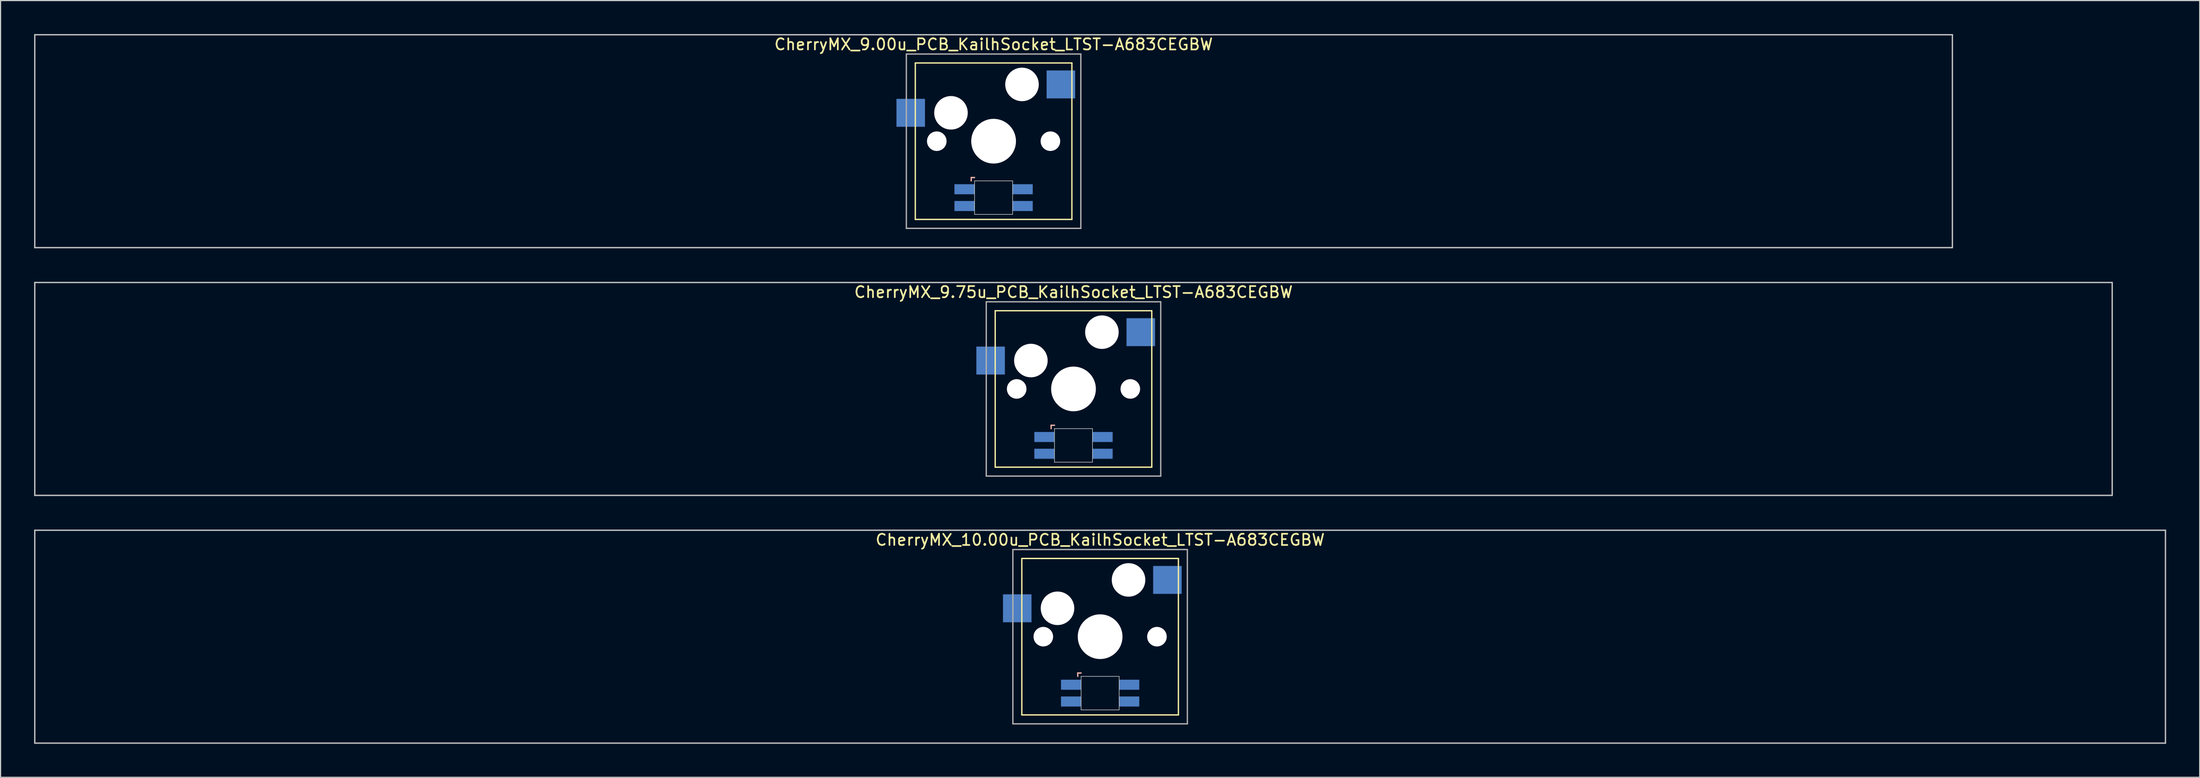
<source format=kicad_pcb>
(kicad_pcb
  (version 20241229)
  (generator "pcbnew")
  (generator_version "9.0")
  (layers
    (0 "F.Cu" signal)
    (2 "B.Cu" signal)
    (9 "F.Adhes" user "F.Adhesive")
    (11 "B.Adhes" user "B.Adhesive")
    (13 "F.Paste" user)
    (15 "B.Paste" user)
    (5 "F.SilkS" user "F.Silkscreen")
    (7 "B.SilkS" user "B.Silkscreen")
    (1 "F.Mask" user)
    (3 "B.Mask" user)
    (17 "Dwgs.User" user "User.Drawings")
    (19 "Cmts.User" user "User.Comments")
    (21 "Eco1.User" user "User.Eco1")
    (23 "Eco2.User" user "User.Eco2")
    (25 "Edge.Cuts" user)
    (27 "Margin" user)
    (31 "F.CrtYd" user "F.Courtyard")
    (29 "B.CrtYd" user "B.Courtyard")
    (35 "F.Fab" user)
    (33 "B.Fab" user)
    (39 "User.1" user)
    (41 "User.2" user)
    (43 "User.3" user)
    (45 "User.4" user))
  (footprint "CherryMX_10.00u_PCB_KailhSocket_LTST-A683CEGBW"
    (layer "F.Cu")
    (at 95.31 53.925)
    (property "Reference" "CherryMX_10.00u_PCB_KailhSocket_LTST-A683CEGBW" (at 0 -8.662 0) (layer "F.SilkS") (effects (font (size 1 1) (thickness 0.15))))
    (attr through_hole)
    (fp_line (start -7 -7) (end -7 7) (stroke (width 0.12) (type solid)) (layer "F.SilkS"))
    (fp_line (start -7 -7) (end 7 -7) (stroke (width 0.12) (type solid)) (layer "F.SilkS"))
    (fp_line (start 7 -7) (end 7 7) (stroke (width 0.12) (type solid)) (layer "F.SilkS"))
    (fp_line (start 7 7) (end -7 7) (stroke (width 0.12) (type solid)) (layer "F.SilkS"))
    (fp_line (start -2 3.25) (end -2 3.55) (stroke (width 0.12) (type solid)) (layer "B.SilkS"))
    (fp_line (start -1.7 3.25) (end -2 3.25) (stroke (width 0.12) (type solid)) (layer "B.SilkS"))
    (fp_line (start -95.25 -9.525) (end 95.25 -9.525) (stroke (width 0.12) (type solid)) (layer "Dwgs.User"))
    (fp_line (start -95.25 9.525) (end -95.25 -9.525) (stroke (width 0.12) (type solid)) (layer "Dwgs.User"))
    (fp_line (start 95.25 -9.525) (end 95.25 9.525) (stroke (width 0.12) (type solid)) (layer "Dwgs.User"))
    (fp_line (start 95.25 9.525) (end -95.25 9.525) (stroke (width 0.12) (type solid)) (layer "Dwgs.User"))
    (fp_line (start -1.7 3.55) (end 1.7 3.55) (stroke (width 0.05) (type solid)) (layer "Edge.Cuts"))
    (fp_line (start -1.7 6.55) (end -1.7 3.55) (stroke (width 0.05) (type solid)) (layer "Edge.Cuts"))
    (fp_line (start 1.7 3.55) (end 1.7 6.55) (stroke (width 0.05) (type solid)) (layer "Edge.Cuts"))
    (fp_line (start 1.7 6.55) (end -1.7 6.55) (stroke (width 0.05) (type solid)) (layer "Edge.Cuts"))
    (fp_line (start -7.8 -7.8) (end -7.8 7.8) (stroke (width 0.12) (type solid)) (layer "F.Fab"))
    (fp_line (start -7.8 -7.8) (end 7.8 -7.8) (stroke (width 0.12) (type solid)) (layer "F.Fab"))
    (fp_line (start -7.8 7.8) (end 7.8 7.8) (stroke (width 0.12) (type solid)) (layer "F.Fab"))
    (fp_line (start 7.8 -7.8) (end 7.8 7.8) (stroke (width 0.12) (type solid)) (layer "F.Fab"))
    (pad "" np_thru_hole circle (at -5.08 0) (size 1.75 1.75) (drill 1.75) (layers "*.Cu" "*.Mask"))
    (pad "" np_thru_hole circle (at -3.81 -2.54) (size 3 3) (drill 3) (layers "*.Cu" "*.Mask"))
    (pad "" np_thru_hole circle (at 0 0) (size 4 4) (drill 4) (layers "*.Cu" "*.Mask"))
    (pad "" np_thru_hole circle (at 2.54 -5.08) (size 3 3) (drill 3) (layers "*.Cu" "*.Mask"))
    (pad "" np_thru_hole circle (at 5.08 0) (size 1.75 1.75) (drill 1.75) (layers "*.Cu" "*.Mask"))
    (pad "1" smd rect (at -7.41 -2.54) (size 2.55 2.5) (layers "B.Cu" "B.Mask" "B.Paste"))
    (pad "2" smd rect (at 6.015 -5.08) (size 2.55 2.5) (layers "B.Cu" "B.Mask" "B.Paste"))
    (pad "3" smd rect (at -2.6 4.3) (size 1.8 0.9) (layers "B.Cu" "B.Mask" "B.Paste"))
    (pad "4" smd rect (at -2.6 5.8) (size 1.8 0.9) (layers "B.Cu" "B.Mask" "B.Paste"))
    (pad "5" smd rect (at 2.6 4.3) (size 1.8 0.9) (layers "B.Cu" "B.Mask" "B.Paste"))
    (pad "6" smd rect (at 2.6 5.8) (size 1.8 0.9) (layers "B.Cu" "B.Mask" "B.Paste")))
  (footprint "CherryMX_9.75u_PCB_KailhSocket_LTST-A683CEGBW"
    (layer "F.Cu")
    (at 92.929 31.755)
    (property "Reference" "CherryMX_9.75u_PCB_KailhSocket_LTST-A683CEGBW" (at 0 -8.662 0) (layer "F.SilkS") (effects (font (size 1 1) (thickness 0.15))))
    (attr through_hole)
    (fp_line (start -7 -7) (end -7 7) (stroke (width 0.12) (type solid)) (layer "F.SilkS"))
    (fp_line (start -7 -7) (end 7 -7) (stroke (width 0.12) (type solid)) (layer "F.SilkS"))
    (fp_line (start 7 -7) (end 7 7) (stroke (width 0.12) (type solid)) (layer "F.SilkS"))
    (fp_line (start 7 7) (end -7 7) (stroke (width 0.12) (type solid)) (layer "F.SilkS"))
    (fp_line (start -2 3.25) (end -2 3.55) (stroke (width 0.12) (type solid)) (layer "B.SilkS"))
    (fp_line (start -1.7 3.25) (end -2 3.25) (stroke (width 0.12) (type solid)) (layer "B.SilkS"))
    (fp_line (start -92.869 -9.525) (end 92.869 -9.525) (stroke (width 0.12) (type solid)) (layer "Dwgs.User"))
    (fp_line (start -92.869 9.525) (end -92.869 -9.525) (stroke (width 0.12) (type solid)) (layer "Dwgs.User"))
    (fp_line (start 92.869 -9.525) (end 92.869 9.525) (stroke (width 0.12) (type solid)) (layer "Dwgs.User"))
    (fp_line (start 92.869 9.525) (end -92.869 9.525) (stroke (width 0.12) (type solid)) (layer "Dwgs.User"))
    (fp_line (start -1.7 3.55) (end 1.7 3.55) (stroke (width 0.05) (type solid)) (layer "Edge.Cuts"))
    (fp_line (start -1.7 6.55) (end -1.7 3.55) (stroke (width 0.05) (type solid)) (layer "Edge.Cuts"))
    (fp_line (start 1.7 3.55) (end 1.7 6.55) (stroke (width 0.05) (type solid)) (layer "Edge.Cuts"))
    (fp_line (start 1.7 6.55) (end -1.7 6.55) (stroke (width 0.05) (type solid)) (layer "Edge.Cuts"))
    (fp_line (start -7.8 -7.8) (end -7.8 7.8) (stroke (width 0.12) (type solid)) (layer "F.Fab"))
    (fp_line (start -7.8 -7.8) (end 7.8 -7.8) (stroke (width 0.12) (type solid)) (layer "F.Fab"))
    (fp_line (start -7.8 7.8) (end 7.8 7.8) (stroke (width 0.12) (type solid)) (layer "F.Fab"))
    (fp_line (start 7.8 -7.8) (end 7.8 7.8) (stroke (width 0.12) (type solid)) (layer "F.Fab"))
    (pad "" np_thru_hole circle (at -5.08 0) (size 1.75 1.75) (drill 1.75) (layers "*.Cu" "*.Mask"))
    (pad "" np_thru_hole circle (at -3.81 -2.54) (size 3 3) (drill 3) (layers "*.Cu" "*.Mask"))
    (pad "" np_thru_hole circle (at 0 0) (size 4 4) (drill 4) (layers "*.Cu" "*.Mask"))
    (pad "" np_thru_hole circle (at 2.54 -5.08) (size 3 3) (drill 3) (layers "*.Cu" "*.Mask"))
    (pad "" np_thru_hole circle (at 5.08 0) (size 1.75 1.75) (drill 1.75) (layers "*.Cu" "*.Mask"))
    (pad "1" smd rect (at -7.41 -2.54) (size 2.55 2.5) (layers "B.Cu" "B.Mask" "B.Paste"))
    (pad "2" smd rect (at 6.015 -5.08) (size 2.55 2.5) (layers "B.Cu" "B.Mask" "B.Paste"))
    (pad "3" smd rect (at -2.6 4.3) (size 1.8 0.9) (layers "B.Cu" "B.Mask" "B.Paste"))
    (pad "4" smd rect (at -2.6 5.8) (size 1.8 0.9) (layers "B.Cu" "B.Mask" "B.Paste"))
    (pad "5" smd rect (at 2.6 4.3) (size 1.8 0.9) (layers "B.Cu" "B.Mask" "B.Paste"))
    (pad "6" smd rect (at 2.6 5.8) (size 1.8 0.9) (layers "B.Cu" "B.Mask" "B.Paste")))
  (footprint "CherryMX_9.00u_PCB_KailhSocket_LTST-A683CEGBW"
    (layer "F.Cu")
    (at 85.785 9.585)
    (property "Reference" "CherryMX_9.00u_PCB_KailhSocket_LTST-A683CEGBW" (at 0 -8.662 0) (layer "F.SilkS") (effects (font (size 1 1) (thickness 0.15))))
    (attr through_hole)
    (fp_line (start -7 -7) (end -7 7) (stroke (width 0.12) (type solid)) (layer "F.SilkS"))
    (fp_line (start -7 -7) (end 7 -7) (stroke (width 0.12) (type solid)) (layer "F.SilkS"))
    (fp_line (start 7 -7) (end 7 7) (stroke (width 0.12) (type solid)) (layer "F.SilkS"))
    (fp_line (start 7 7) (end -7 7) (stroke (width 0.12) (type solid)) (layer "F.SilkS"))
    (fp_line (start -2 3.25) (end -2 3.55) (stroke (width 0.12) (type solid)) (layer "B.SilkS"))
    (fp_line (start -1.7 3.25) (end -2 3.25) (stroke (width 0.12) (type solid)) (layer "B.SilkS"))
    (fp_line (start -85.725 -9.525) (end 85.725 -9.525) (stroke (width 0.12) (type solid)) (layer "Dwgs.User"))
    (fp_line (start -85.725 9.525) (end -85.725 -9.525) (stroke (width 0.12) (type solid)) (layer "Dwgs.User"))
    (fp_line (start 85.725 -9.525) (end 85.725 9.525) (stroke (width 0.12) (type solid)) (layer "Dwgs.User"))
    (fp_line (start 85.725 9.525) (end -85.725 9.525) (stroke (width 0.12) (type solid)) (layer "Dwgs.User"))
    (fp_line (start -1.7 3.55) (end 1.7 3.55) (stroke (width 0.05) (type solid)) (layer "Edge.Cuts"))
    (fp_line (start -1.7 6.55) (end -1.7 3.55) (stroke (width 0.05) (type solid)) (layer "Edge.Cuts"))
    (fp_line (start 1.7 3.55) (end 1.7 6.55) (stroke (width 0.05) (type solid)) (layer "Edge.Cuts"))
    (fp_line (start 1.7 6.55) (end -1.7 6.55) (stroke (width 0.05) (type solid)) (layer "Edge.Cuts"))
    (fp_line (start -7.8 -7.8) (end -7.8 7.8) (stroke (width 0.12) (type solid)) (layer "F.Fab"))
    (fp_line (start -7.8 -7.8) (end 7.8 -7.8) (stroke (width 0.12) (type solid)) (layer "F.Fab"))
    (fp_line (start -7.8 7.8) (end 7.8 7.8) (stroke (width 0.12) (type solid)) (layer "F.Fab"))
    (fp_line (start 7.8 -7.8) (end 7.8 7.8) (stroke (width 0.12) (type solid)) (layer "F.Fab"))
    (pad "" np_thru_hole circle (at -5.08 0) (size 1.75 1.75) (drill 1.75) (layers "*.Cu" "*.Mask"))
    (pad "" np_thru_hole circle (at -3.81 -2.54) (size 3 3) (drill 3) (layers "*.Cu" "*.Mask"))
    (pad "" np_thru_hole circle (at 0 0) (size 4 4) (drill 4) (layers "*.Cu" "*.Mask"))
    (pad "" np_thru_hole circle (at 2.54 -5.08) (size 3 3) (drill 3) (layers "*.Cu" "*.Mask"))
    (pad "" np_thru_hole circle (at 5.08 0) (size 1.75 1.75) (drill 1.75) (layers "*.Cu" "*.Mask"))
    (pad "1" smd rect (at -7.41 -2.54) (size 2.55 2.5) (layers "B.Cu" "B.Mask" "B.Paste"))
    (pad "2" smd rect (at 6.015 -5.08) (size 2.55 2.5) (layers "B.Cu" "B.Mask" "B.Paste"))
    (pad "3" smd rect (at -2.6 4.3) (size 1.8 0.9) (layers "B.Cu" "B.Mask" "B.Paste"))
    (pad "4" smd rect (at -2.6 5.8) (size 1.8 0.9) (layers "B.Cu" "B.Mask" "B.Paste"))
    (pad "5" smd rect (at 2.6 4.3) (size 1.8 0.9) (layers "B.Cu" "B.Mask" "B.Paste"))
    (pad "6" smd rect (at 2.6 5.8) (size 1.8 0.9) (layers "B.Cu" "B.Mask" "B.Paste")))
  (gr_rect
    (start -3 -3)
    (end 193.62 66.51)
    (stroke (width 0.1) (type default))
    (fill no)
    (layer "Edge.Cuts")))
</source>
